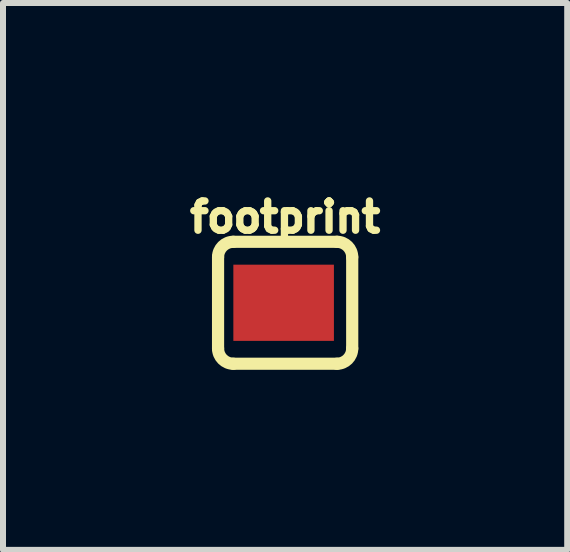
<source format=kicad_pcb>
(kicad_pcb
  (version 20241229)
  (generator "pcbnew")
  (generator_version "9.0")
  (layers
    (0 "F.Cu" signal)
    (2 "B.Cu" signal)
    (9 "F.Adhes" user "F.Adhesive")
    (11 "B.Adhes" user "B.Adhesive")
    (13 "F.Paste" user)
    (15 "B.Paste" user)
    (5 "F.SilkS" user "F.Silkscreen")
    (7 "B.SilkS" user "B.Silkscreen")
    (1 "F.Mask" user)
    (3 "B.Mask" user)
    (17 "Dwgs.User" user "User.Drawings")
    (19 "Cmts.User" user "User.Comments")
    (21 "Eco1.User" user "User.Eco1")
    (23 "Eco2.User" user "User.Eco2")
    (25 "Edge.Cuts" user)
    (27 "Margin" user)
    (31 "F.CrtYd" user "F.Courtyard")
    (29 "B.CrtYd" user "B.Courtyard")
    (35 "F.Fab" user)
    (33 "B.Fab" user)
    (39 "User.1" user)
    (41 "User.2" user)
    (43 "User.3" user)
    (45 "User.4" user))
  (footprint "footprint"
    (layer "F.Cu")
    (at 1.702 1.996)
    (property "Reference" "footprint" (at 0 -1.143 0) (layer "F.SilkS") (effects (font (size 0.488 0.488) (thickness 0.122)) (justify bottom)))
    (fp_line (start -1.118 0.762) (end -1.118 -0.762) (stroke (width 0.203) (type solid)) (layer "F.SilkS"))
    (fp_line (start -0.864 -1.016) (end 0.864 -1.016) (stroke (width 0.203) (type solid)) (layer "F.SilkS"))
    (fp_line (start 0.864 1.016) (end -0.864 1.016) (stroke (width 0.203) (type solid)) (layer "F.SilkS"))
    (fp_line (start 1.118 0.762) (end 1.118 -0.762) (stroke (width 0.203) (type solid)) (layer "F.SilkS"))
    (fp_arc (start -1.1176 -0.762) (mid -1.043205 -0.941605) (end -0.8636 -1.016) (stroke (width 0.2032) (type solid)) (layer "F.SilkS"))
    (fp_arc (start -0.8636 1.016) (mid -1.043205 0.941605) (end -1.1176 0.762) (stroke (width 0.2032) (type solid)) (layer "F.SilkS"))
    (fp_arc (start 0.8636 -1.016) (mid 1.043205 -0.941605) (end 1.1176 -0.762) (stroke (width 0.2032) (type solid)) (layer "F.SilkS"))
    (fp_arc (start 1.1176 0.762) (mid 1.043205 0.941605) (end 0.8636 1.016) (stroke (width 0.2032) (type solid)) (layer "F.SilkS"))
    (fp_poly (pts (xy -0.965 0.737) (xy 0.914 0.737) (xy 0.914 -0.737) (xy -0.965 -0.737)) (stroke (width 0) (type solid)) (fill yes) (layer "F.Paste"))
    (pad "1" smd rect (at -0.025 0) (size 1.676 1.27) (layers "F.Cu" "F.Mask")))
  (gr_rect
    (start -3 -3)
    (end 6.403 6.114)
    (stroke (width 0.1) (type default))
    (fill no)
    (layer "Edge.Cuts")))
</source>
